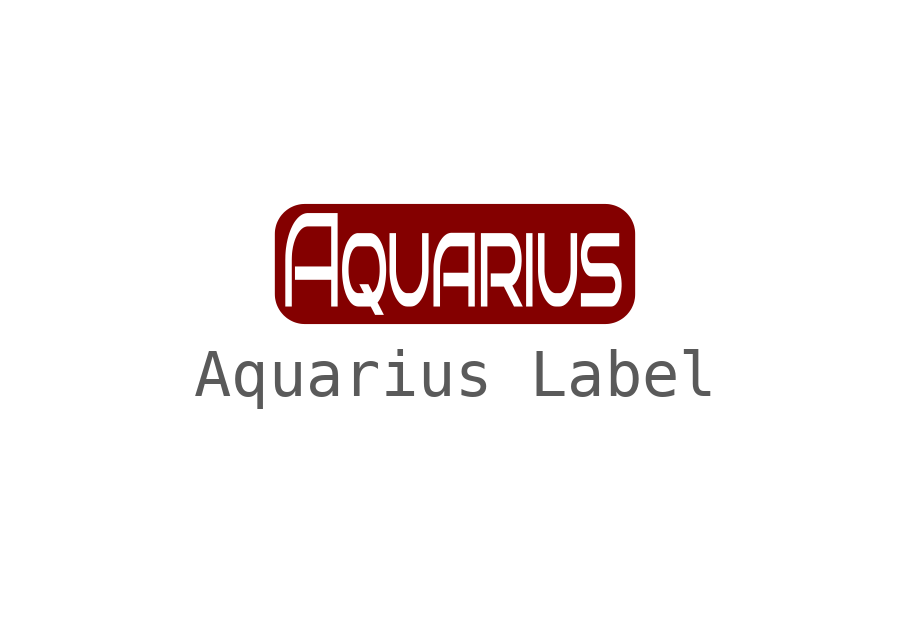
<source format=kicad_sym>
(kicad_symbol_lib
  (version 20231120)
  (generator "kicad_symbol_editor")
  (generator_version "8.0")
  (symbol "Aquarius Label"
    (property "Reference" "LAB"
      (at 0 -2.032 0)
      (effects (font (size 1.27 1.27)) (hide yes)))
    (property "ki_locked" ""
      (at 0 0 0)
      (effects (font (size 1.27 1.27))))
    (symbol "Aquarius Label_1_0"
      (polyline (pts (xy -1.778 0.508) (xy -1.77 0.507) (xy -1.762 0.506) (xy -1.755 0.504) (xy -1.747 0.502) (xy -1.74 0.499) (xy -1.733 0.496) (xy -1.726 0.492) (xy -1.719 0.488) (xy -1.712 0.483) (xy -1.706 0.477) (xy -1.699 0.471) (xy -1.693 0.465) (xy -1.687 0.458) (xy -1.681 0.451) (xy -1.675 0.443) (xy -1.669 0.435) (xy -1.664 0.426) (xy -1.658 0.417) (xy -1.653 0.407) (xy -1.648 0.398) (xy -1.643 0.388) (xy -1.638 0.377) (xy -1.634 0.366) (xy -1.629 0.355) (xy -1.625 0.343) (xy -1.621 0.332) (xy -1.618 0.319) (xy -1.614 0.307) (xy -1.61 0.294) (xy -1.607 0.28) (xy -1.604 0.267) (xy -1.598 0.238) (xy -1.593 0.21) (xy -1.589 0.18) (xy -1.586 0.15) (xy -1.583 0.119) (xy -1.581 0.087) (xy -1.58 0.055) (xy -1.58 0.022) (xy -1.58 -0.02) (xy -1.582 -0.06) (xy -1.585 -0.1) (xy -1.59 -0.138) (xy -1.595 -0.175) (xy -1.602 -0.211) (xy -1.61 -0.246) (xy -1.619 -0.279) (xy -1.624 -0.295) (xy -1.629 -0.311) (xy -1.635 -0.326) (xy -1.64 -0.34) (xy -1.647 -0.353) (xy -1.653 -0.365) (xy -1.659 -0.377) (xy -1.666 -0.389) (xy -1.673 -0.399) (xy -1.68 -0.409) (xy -1.688 -0.418) (xy -1.696 -0.426) (xy -1.704 -0.434) (xy -1.712 -0.441) (xy -1.721 -0.447) (xy -1.729 -0.453) (xy -1.814 -0.281) (xy -2.003 -0.281) (xy -1.907 -0.467) (xy -2.021 -0.467) (xy -2.029 -0.467) (xy -2.037 -0.466) (xy -2.044 -0.464) (xy -2.052 -0.463) (xy -2.059 -0.46) (xy -2.067 -0.457) (xy -2.074 -0.454) (xy -2.081 -0.45) (xy -2.088 -0.446) (xy -2.094 -0.441) (xy -2.101 -0.435) (xy -2.107 -0.429) (xy -2.114 -0.423) (xy -2.12 -0.416) (xy -2.126 -0.408) (xy -2.132 -0.4) (xy -2.138 -0.392) (xy -2.143 -0.383) (xy -2.148 -0.373) (xy -2.154 -0.364) (xy -2.159 -0.354) (xy -2.164 -0.344) (xy -2.168 -0.333) (xy -2.173 -0.322) (xy -2.177 -0.311) (xy -2.182 -0.299) (xy -2.186 -0.287) (xy -2.189 -0.275) (xy -2.193 -0.262) (xy -2.197 -0.249) (xy -2.2 -0.236) (xy -2.203 -0.222) (xy -2.209 -0.194) (xy -2.214 -0.165) (xy -2.218 -0.136) (xy -2.222 -0.106) (xy -2.225 -0.075) (xy -2.227 -0.043) (xy -2.228 -0.011) (xy -2.228 0.022) (xy -2.228 0.055) (xy -2.227 0.087) (xy -2.225 0.119) (xy -2.222 0.15) (xy -2.218 0.18) (xy -2.214 0.21) (xy -2.209 0.238) (xy -2.203 0.267) (xy -2.197 0.294) (xy -2.189 0.319) (xy -2.186 0.332) (xy -2.182 0.343) (xy -2.177 0.355) (xy -2.173 0.366) (xy -2.168 0.377) (xy -2.164 0.388) (xy -2.159 0.398) (xy -2.154 0.407) (xy -2.148 0.417) (xy -2.143 0.426) (xy -2.138 0.435) (xy -2.132 0.443) (xy -2.126 0.451) (xy -2.12 0.458) (xy -2.114 0.465) (xy -2.107 0.471) (xy -2.101 0.477) (xy -2.094 0.483) (xy -2.088 0.488) (xy -2.081 0.492) (xy -2.074 0.496) (xy -2.067 0.499) (xy -2.059 0.502) (xy -2.052 0.504) (xy -2.044 0.506) (xy -2.037 0.507) (xy -2.029 0.508) (xy -2.021 0.508) (xy -1.786 0.508) (xy -1.778 0.508)) (stroke (width -0.0001) (type solid)) (fill (type outline)))
      (polyline (pts (xy 3.145 1.389) (xy 3.177 1.387) (xy 3.208 1.383) (xy 3.239 1.377) (xy 3.269 1.37) (xy 3.299 1.362) (xy 3.328 1.352) (xy 3.356 1.341) (xy 3.384 1.328) (xy 3.411 1.315) (xy 3.437 1.3) (xy 3.462 1.283) (xy 3.487 1.266) (xy 3.511 1.247) (xy 3.533 1.228) (xy 3.555 1.207) (xy 3.576 1.185) (xy 3.595 1.163) (xy 3.614 1.139) (xy 3.631 1.115) (xy 3.648 1.089) (xy 3.663 1.063) (xy 3.676 1.036) (xy 3.689 1.008) (xy 3.7 0.98) (xy 3.71 0.951) (xy 3.719 0.921) (xy 3.725 0.891) (xy 3.731 0.86) (xy 3.735 0.829) (xy 3.737 0.797) (xy 3.738 0.765) (xy 3.738 -0.485) (xy 3.737 -0.517) (xy 3.735 -0.549) (xy 3.731 -0.58) (xy 3.725 -0.611) (xy 3.719 -0.641) (xy 3.71 -0.671) (xy 3.7 -0.7) (xy 3.689 -0.728) (xy 3.676 -0.756) (xy 3.663 -0.783) (xy 3.648 -0.809) (xy 3.631 -0.834) (xy 3.614 -0.859) (xy 3.595 -0.882) (xy 3.576 -0.905) (xy 3.555 -0.927) (xy 3.533 -0.947) (xy 3.511 -0.967) (xy 3.487 -0.986) (xy 3.462 -1.003) (xy 3.437 -1.019) (xy 3.411 -1.034) (xy 3.384 -1.048) (xy 3.356 -1.061) (xy 3.328 -1.072) (xy 3.299 -1.082) (xy 3.269 -1.09) (xy 3.239 -1.097) (xy 3.208 -1.103) (xy 3.177 -1.107) (xy 3.145 -1.109) (xy 3.113 -1.11) (xy -3.137 -1.11) (xy -3.169 -1.109) (xy -3.201 -1.107) (xy -3.232 -1.103) (xy -3.263 -1.097) (xy -3.293 -1.09) (xy -3.323 -1.082) (xy -3.352 -1.072) (xy -3.38 -1.061) (xy -3.408 -1.048) (xy -3.435 -1.034) (xy -3.461 -1.019) (xy -3.486 -1.003) (xy -3.511 -0.986) (xy -3.534 -0.967) (xy -3.557 -0.947) (xy -3.579 -0.927) (xy -3.599 -0.905) (xy -3.619 -0.882) (xy -3.638 -0.859) (xy -3.655 -0.834) (xy -3.671 -0.809) (xy -3.686 -0.783) (xy -3.7 -0.756) (xy -3.713 -0.728) (xy -3.724 -0.7) (xy -3.734 -0.671) (xy -3.742 -0.641) (xy -3.749 -0.611) (xy -3.755 -0.58) (xy -3.759 -0.549) (xy -3.761 -0.517) (xy -3.762 -0.485) (xy -3.762 0.228) (xy -3.544 0.228) (xy -3.544 -0.745) (xy -3.409 -0.745) (xy -3.409 0.228) (xy -3.408 0.275) (xy -3.406 0.322) (xy -3.403 0.367) (xy -3.398 0.411) (xy -3.391 0.454) (xy -3.384 0.496) (xy -3.374 0.538) (xy -3.364 0.578) (xy -3.358 0.597) (xy -3.352 0.616) (xy -3.346 0.635) (xy -3.339 0.653) (xy -3.333 0.67) (xy -3.325 0.687) (xy -3.318 0.704) (xy -3.311 0.72) (xy -3.303 0.735) (xy -3.295 0.75) (xy -3.287 0.764) (xy -3.278 0.778) (xy -3.269 0.792) (xy -3.26 0.805) (xy -3.251 0.817) (xy -3.242 0.829) (xy -3.232 0.84) (xy -3.222 0.851) (xy -3.212 0.861) (xy -3.203 0.87) (xy -3.192 0.878) (xy -3.182 0.886) (xy -3.172 0.893) (xy -3.161 0.899) (xy -3.151 0.904) (xy -3.14 0.909) (xy -3.129 0.913) (xy -3.118 0.916) (xy -3.107 0.919) (xy -3.096 0.921) (xy -3.085 0.922) (xy -3.073 0.922) (xy -2.589 0.922) (xy -2.589 0.089) (xy -3.343 0.089) (xy -3.343 -0.189) (xy -2.589 -0.189) (xy -2.589 -0.745) (xy -2.455 -0.745) (xy -2.455 0.022) (xy -2.363 0.022) (xy -2.362 -0.03) (xy -2.36 -0.081) (xy -2.357 -0.131) (xy -2.352 -0.18) (xy -2.346 -0.227) (xy -2.339 -0.274) (xy -2.33 -0.319) (xy -2.321 -0.363) (xy -2.309 -0.405) (xy -2.303 -0.425) (xy -2.297 -0.445) (xy -2.291 -0.464) (xy -2.284 -0.483) (xy -2.277 -0.501) (xy -2.269 -0.519) (xy -2.262 -0.536) (xy -2.254 -0.552) (xy -2.246 -0.569) (xy -2.237 -0.584) (xy -2.228 -0.599) (xy -2.219 -0.613) (xy -2.21 -0.627) (xy -2.2 -0.64) (xy -2.191 -0.653) (xy -2.181 -0.665) (xy -2.171 -0.676) (xy -2.16 -0.686) (xy -2.15 -0.695) (xy -2.139 -0.704) (xy -2.128 -0.712) (xy -2.117 -0.719) (xy -2.105 -0.725) (xy -2.094 -0.73) (xy -2.082 -0.734) (xy -2.07 -0.738) (xy -2.058 -0.741) (xy -2.046 -0.743) (xy -2.033 -0.744) (xy -2.021 -0.745) (xy -1.766 -0.745) (xy -1.675 -0.919) (xy -1.492 -0.919) (xy -1.624 -0.661) (xy -1.614 -0.649) (xy -1.604 -0.636) (xy -1.594 -0.622) (xy -1.585 -0.607) (xy -1.575 -0.592) (xy -1.567 -0.576) (xy -1.558 -0.56) (xy -1.55 -0.543) (xy -1.542 -0.525) (xy -1.534 -0.507) (xy -1.526 -0.487) (xy -1.519 -0.468) (xy -1.512 -0.447) (xy -1.505 -0.426) (xy -1.499 -0.405) (xy -1.493 -0.382) (xy -1.482 -0.336) (xy -1.472 -0.289) (xy -1.464 -0.24) (xy -1.457 -0.19) (xy -1.452 -0.139) (xy -1.448 -0.086) (xy -1.446 -0.033) (xy -1.445 0.019) (xy -1.375 0.019) (xy -1.375 -0.02) (xy -1.373 -0.059) (xy -1.371 -0.096) (xy -1.368 -0.134) (xy -1.364 -0.17) (xy -1.359 -0.206) (xy -1.353 -0.242) (xy -1.346 -0.276) (xy -1.338 -0.31) (xy -1.33 -0.343) (xy -1.321 -0.375) (xy -1.312 -0.406) (xy -1.301 -0.436) (xy -1.29 -0.465) (xy -1.279 -0.493) (xy -1.266 -0.519) (xy -1.26 -0.532) (xy -1.254 -0.545) (xy -1.247 -0.557) (xy -1.24 -0.569) (xy -1.233 -0.581) (xy -1.226 -0.592) (xy -1.219 -0.603) (xy -1.212 -0.614) (xy -1.204 -0.624) (xy -1.197 -0.634) (xy -1.189 -0.643) (xy -1.181 -0.652) (xy -1.174 -0.661) (xy -1.166 -0.669) (xy -1.157 -0.677) (xy -1.149 -0.685) (xy -1.141 -0.692) (xy -1.132 -0.699) (xy -1.124 -0.705) (xy -1.115 -0.711) (xy -1.106 -0.716) (xy -1.098 -0.721) (xy -1.089 -0.726) (xy -1.08 -0.73) (xy -1.071 -0.733) (xy -1.062 -0.736) (xy -1.053 -0.739) (xy -1.043 -0.741) (xy -1.034 -0.742) (xy -1.025 -0.744) (xy -1.015 -0.744) (xy -1.006 -0.745) (xy -0.931 -0.745) (xy -0.922 -0.744) (xy -0.912 -0.744) (xy -0.903 -0.742) (xy -0.894 -0.741) (xy -0.884 -0.739) (xy -0.875 -0.736) (xy -0.866 -0.733) (xy -0.857 -0.73) (xy -0.848 -0.726) (xy -0.839 -0.721) (xy -0.831 -0.716) (xy -0.822 -0.711) (xy -0.813 -0.705) (xy -0.805 -0.699) (xy -0.796 -0.692) (xy -0.788 -0.685) (xy -0.78 -0.677) (xy -0.771 -0.669) (xy -0.763 -0.661) (xy -0.755 -0.652) (xy -0.748 -0.643) (xy -0.74 -0.634) (xy -0.733 -0.624) (xy -0.725 -0.614) (xy -0.718 -0.604) (xy -0.711 -0.593) (xy -0.704 -0.582) (xy -0.697 -0.57) (xy -0.69 -0.558) (xy -0.683 -0.546) (xy -0.677 -0.534) (xy -0.671 -0.521) (xy -0.658 -0.494) (xy -0.647 -0.467) (xy -0.636 -0.438) (xy -0.625 -0.408) (xy -0.616 -0.377) (xy -0.607 -0.345) (xy -0.599 -0.312) (xy -0.591 -0.278) (xy -0.584 -0.243) (xy -0.578 -0.207) (xy -0.573 -0.171) (xy -0.569 -0.134) (xy -0.566 -0.097) (xy -0.564 -0.059) (xy -0.562 -0.02) (xy -0.562 0.019) (xy -0.46 0.019) (xy -0.46 -0.745) (xy -0.324 -0.745) (xy -0.324 0.019) (xy -0.323 0.053) (xy -0.322 0.086) (xy -0.319 0.118) (xy -0.315 0.149) (xy -0.311 0.179) (xy -0.305 0.209) (xy -0.299 0.237) (xy -0.291 0.265) (xy -0.283 0.292) (xy -0.278 0.305) (xy -0.274 0.317) (xy -0.269 0.33) (xy -0.264 0.341) (xy -0.259 0.353) (xy -0.253 0.364) (xy -0.248 0.375) (xy -0.242 0.386) (xy -0.236 0.396) (xy -0.231 0.406) (xy -0.224 0.415) (xy -0.218 0.424) (xy -0.211 0.433) (xy -0.205 0.442) (xy -0.198 0.45) (xy -0.191 0.457) (xy -0.184 0.464) (xy -0.177 0.471) (xy -0.17 0.477) (xy -0.163 0.482) (xy -0.155 0.487) (xy -0.148 0.492) (xy -0.14 0.495) (xy -0.133 0.499) (xy -0.125 0.502) (xy -0.117 0.504) (xy -0.109 0.506) (xy -0.101 0.507) (xy -0.093 0.508) (xy -0.085 0.508) (xy 0.266 0.508) (xy 0.266 -0.042) (xy -0.253 -0.042) (xy -0.253 -0.325) (xy 0.266 -0.325) (xy 0.266 -0.745) (xy 0.4 -0.745) (xy 0.527 -0.745) (xy 0.662 -0.745) (xy 0.662 0.508) (xy 1.105 0.508) (xy 1.109 0.508) (xy 1.112 0.508) (xy 1.116 0.508) (xy 1.119 0.507) (xy 1.123 0.506) (xy 1.126 0.505) (xy 1.129 0.504) (xy 1.133 0.503) (xy 1.136 0.502) (xy 1.139 0.5) (xy 1.142 0.499) (xy 1.145 0.497) (xy 1.149 0.495) (xy 1.152 0.493) (xy 1.155 0.49) (xy 1.158 0.488) (xy 1.161 0.485) (xy 1.164 0.482) (xy 1.17 0.476) (xy 1.175 0.469) (xy 1.181 0.462) (xy 1.186 0.454) (xy 1.192 0.446) (xy 1.197 0.436) (xy 1.202 0.426) (xy 1.207 0.416) (xy 1.211 0.405) (xy 1.215 0.394) (xy 1.219 0.383) (xy 1.223 0.372) (xy 1.226 0.36) (xy 1.229 0.348) (xy 1.232 0.336) (xy 1.234 0.323) (xy 1.236 0.31) (xy 1.238 0.297) (xy 1.239 0.284) (xy 1.24 0.27) (xy 1.241 0.256) (xy 1.241 0.242) (xy 1.242 0.228) (xy 1.241 0.214) (xy 1.241 0.2) (xy 1.24 0.186) (xy 1.239 0.173) (xy 1.238 0.159) (xy 1.236 0.146) (xy 1.234 0.134) (xy 1.232 0.121) (xy 1.229 0.109) (xy 1.226 0.097) (xy 1.223 0.085) (xy 1.219 0.073) (xy 1.215 0.062) (xy 1.211 0.051) (xy 1.207 0.04) (xy 1.202 0.029) (xy 1.197 0.019) (xy 1.192 0.009) (xy 1.186 0.0003) (xy 1.181 -0.008) (xy 1.175 -0.016) (xy 1.17 -0.023) (xy 1.164 -0.029) (xy 1.158 -0.035) (xy 1.152 -0.039) (xy 1.145 -0.044) (xy 1.139 -0.047) (xy 1.133 -0.05) (xy 1.126 -0.053) (xy 1.119 -0.054) (xy 1.112 -0.055) (xy 1.105 -0.056) (xy 0.732 -0.056) (xy 0.732 -0.331) (xy 1.006 -0.331) (xy 1.216 -0.745) (xy 1.399 -0.745) (xy 1.468 -0.745) (xy 1.601 -0.745) (xy 1.601 0.019) (xy 1.716 0.019) (xy 1.716 -0.02) (xy 1.718 -0.059) (xy 1.72 -0.096) (xy 1.723 -0.134) (xy 1.727 -0.17) (xy 1.732 -0.206) (xy 1.738 -0.242) (xy 1.745 -0.276) (xy 1.752 -0.31) (xy 1.761 -0.343) (xy 1.77 -0.375) (xy 1.779 -0.406) (xy 1.79 -0.436) (xy 1.801 -0.465) (xy 1.812 -0.493) (xy 1.825 -0.519) (xy 1.831 -0.532) (xy 1.837 -0.545) (xy 1.844 -0.557) (xy 1.851 -0.569) (xy 1.858 -0.581) (xy 1.865 -0.592) (xy 1.872 -0.603) (xy 1.879 -0.614) (xy 1.887 -0.624) (xy 1.894 -0.634) (xy 1.902 -0.643) (xy 1.909 -0.652) (xy 1.917 -0.661) (xy 1.925 -0.669) (xy 1.933 -0.677) (xy 1.942 -0.685) (xy 1.95 -0.692) (xy 1.959 -0.699) (xy 1.967 -0.705) (xy 1.976 -0.711) (xy 1.984 -0.716) (xy 1.993 -0.721) (xy 2.002 -0.726) (xy 2.011 -0.73) (xy 2.02 -0.733) (xy 2.029 -0.736) (xy 2.038 -0.739) (xy 2.048 -0.741) (xy 2.057 -0.742) (xy 2.066 -0.744) (xy 2.076 -0.744) (xy 2.085 -0.745) (xy 2.159 -0.745) (xy 2.169 -0.744) (xy 2.179 -0.744) (xy 2.188 -0.742) (xy 2.197 -0.741) (xy 2.207 -0.739) (xy 2.216 -0.736) (xy 2.225 -0.733) (xy 2.234 -0.73) (xy 2.243 -0.726) (xy 2.252 -0.721) (xy 2.26 -0.716) (xy 2.269 -0.711) (xy 2.278 -0.705) (xy 2.286 -0.699) (xy 2.295 -0.692) (xy 2.303 -0.685) (xy 2.311 -0.677) (xy 2.32 -0.669) (xy 2.328 -0.661) (xy 2.335 -0.652) (xy 2.343 -0.643) (xy 2.351 -0.634) (xy 2.358 -0.624) (xy 2.366 -0.614) (xy 2.373 -0.604) (xy 2.38 -0.593) (xy 2.387 -0.582) (xy 2.394 -0.57) (xy 2.401 -0.558) (xy 2.407 -0.546) (xy 2.414 -0.534) (xy 2.42 -0.521) (xy 2.433 -0.494) (xy 2.444 -0.467) (xy 2.455 -0.438) (xy 2.465 -0.408) (xy 2.475 -0.377) (xy 2.484 -0.345) (xy 2.492 -0.312) (xy 2.5 -0.278) (xy 2.507 -0.243) (xy 2.513 -0.207) (xy 2.518 -0.171) (xy 2.522 -0.134) (xy 2.525 -0.097) (xy 2.527 -0.059) (xy 2.528 -0.02) (xy 2.529 0.019) (xy 2.529 0.333) (xy 2.608 0.333) (xy 2.609 0.302) (xy 2.61 0.272) (xy 2.612 0.243) (xy 2.616 0.214) (xy 2.62 0.186) (xy 2.625 0.158) (xy 2.631 0.132) (xy 2.638 0.105) (xy 2.646 0.08) (xy 2.65 0.068) (xy 2.654 0.057) (xy 2.658 0.045) (xy 2.663 0.034) (xy 2.668 0.024) (xy 2.672 0.013) (xy 2.678 0.003) (xy 2.683 -0.007) (xy 2.688 -0.016) (xy 2.693 -0.025) (xy 2.699 -0.034) (xy 2.705 -0.043) (xy 2.711 -0.051) (xy 2.717 -0.058) (xy 2.723 -0.066) (xy 2.729 -0.073) (xy 2.736 -0.079) (xy 2.742 -0.085) (xy 2.749 -0.091) (xy 2.755 -0.096) (xy 2.762 -0.1) (xy 2.769 -0.104) (xy 2.775 -0.108) (xy 2.782 -0.111) (xy 2.789 -0.114) (xy 2.796 -0.116) (xy 2.804 -0.117) (xy 2.811 -0.119) (xy 2.818 -0.119) (xy 2.825 -0.119) (xy 3.238 -0.119) (xy 3.24 -0.12) (xy 3.242 -0.12) (xy 3.244 -0.12) (xy 3.246 -0.12) (xy 3.248 -0.121) (xy 3.251 -0.121) (xy 3.253 -0.122) (xy 3.255 -0.123) (xy 3.257 -0.124) (xy 3.259 -0.125) (xy 3.261 -0.126) (xy 3.263 -0.127) (xy 3.265 -0.128) (xy 3.267 -0.129) (xy 3.268 -0.131) (xy 3.27 -0.132) (xy 3.272 -0.134) (xy 3.274 -0.136) (xy 3.278 -0.14) (xy 3.281 -0.144) (xy 3.285 -0.148) (xy 3.288 -0.153) (xy 3.291 -0.159) (xy 3.295 -0.165) (xy 3.298 -0.171) (xy 3.301 -0.177) (xy 3.304 -0.184) (xy 3.306 -0.191) (xy 3.309 -0.198) (xy 3.311 -0.205) (xy 3.313 -0.212) (xy 3.315 -0.22) (xy 3.317 -0.228) (xy 3.318 -0.235) (xy 3.319 -0.243) (xy 3.32 -0.252) (xy 3.321 -0.26) (xy 3.322 -0.268) (xy 3.322 -0.277) (xy 3.323 -0.286) (xy 3.323 -0.294) (xy 3.323 -0.303) (xy 3.322 -0.312) (xy 3.322 -0.321) (xy 3.321 -0.329) (xy 3.32 -0.338) (xy 3.319 -0.346) (xy 3.318 -0.353) (xy 3.317 -0.361) (xy 3.315 -0.369) (xy 3.313 -0.376) (xy 3.311 -0.383) (xy 3.309 -0.39) (xy 3.306 -0.397) (xy 3.304 -0.404) (xy 3.301 -0.41) (xy 3.298 -0.417) (xy 3.295 -0.423) (xy 3.291 -0.428) (xy 3.288 -0.434) (xy 3.285 -0.439) (xy 3.281 -0.443) (xy 3.278 -0.447) (xy 3.274 -0.451) (xy 3.27 -0.454) (xy 3.267 -0.457) (xy 3.263 -0.46) (xy 3.259 -0.462) (xy 3.255 -0.464) (xy 3.251 -0.465) (xy 3.246 -0.466) (xy 3.242 -0.467) (xy 3.238 -0.467) (xy 2.608 -0.467) (xy 2.608 -0.745) (xy 3.238 -0.745) (xy 3.245 -0.744) (xy 3.253 -0.744) (xy 3.26 -0.742) (xy 3.268 -0.741) (xy 3.275 -0.739) (xy 3.282 -0.736) (xy 3.289 -0.733) (xy 3.296 -0.729) (xy 3.303 -0.725) (xy 3.309 -0.721) (xy 3.316 -0.716) (xy 3.323 -0.71) (xy 3.329 -0.704) (xy 3.336 -0.698) (xy 3.342 -0.691) (xy 3.348 -0.683) (xy 3.354 -0.676) (xy 3.361 -0.667) (xy 3.366 -0.659) (xy 3.372 -0.65) (xy 3.377 -0.641) (xy 3.383 -0.632) (xy 3.388 -0.622) (xy 3.393 -0.612) (xy 3.398 -0.602) (xy 3.403 -0.591) (xy 3.407 -0.58) (xy 3.411 -0.569) (xy 3.416 -0.557) (xy 3.42 -0.546) (xy 3.424 -0.533) (xy 3.427 -0.521) (xy 3.434 -0.495) (xy 3.44 -0.469) (xy 3.445 -0.442) (xy 3.449 -0.414) (xy 3.452 -0.385) (xy 3.454 -0.355) (xy 3.456 -0.325) (xy 3.456 -0.294) (xy 3.456 -0.264) (xy 3.454 -0.233) (xy 3.452 -0.204) (xy 3.449 -0.175) (xy 3.445 -0.147) (xy 3.44 -0.119) (xy 3.434 -0.093) (xy 3.427 -0.067) (xy 3.424 -0.054) (xy 3.42 -0.042) (xy 3.416 -0.03) (xy 3.411 -0.018) (xy 3.407 -0.007) (xy 3.403 0.004) (xy 3.398 0.015) (xy 3.393 0.026) (xy 3.388 0.036) (xy 3.383 0.045) (xy 3.377 0.055) (xy 3.372 0.064) (xy 3.366 0.073) (xy 3.361 0.081) (xy 3.354 0.089) (xy 3.348 0.097) (xy 3.342 0.104) (xy 3.336 0.111) (xy 3.329 0.118) (xy 3.323 0.124) (xy 3.316 0.129) (xy 3.309 0.134) (xy 3.303 0.139) (xy 3.296 0.143) (xy 3.289 0.146) (xy 3.282 0.15) (xy 3.275 0.152) (xy 3.268 0.154) (xy 3.26 0.156) (xy 3.253 0.157) (xy 3.245 0.158) (xy 3.238 0.158) (xy 2.825 0.158) (xy 2.823 0.158) (xy 2.821 0.159) (xy 2.819 0.159) (xy 2.817 0.159) (xy 2.815 0.16) (xy 2.813 0.16) (xy 2.811 0.161) (xy 2.809 0.162) (xy 2.807 0.162) (xy 2.805 0.163) (xy 2.803 0.164) (xy 2.801 0.166) (xy 2.8 0.167) (xy 2.798 0.168) (xy 2.796 0.17) (xy 2.794 0.171) (xy 2.792 0.173) (xy 2.79 0.174) (xy 2.787 0.178) (xy 2.783 0.182) (xy 2.78 0.187) (xy 2.776 0.192) (xy 2.773 0.198) (xy 2.77 0.203) (xy 2.767 0.21) (xy 2.764 0.216) (xy 2.761 0.223) (xy 2.758 0.23) (xy 2.756 0.237) (xy 2.754 0.244) (xy 2.752 0.251) (xy 2.75 0.259) (xy 2.748 0.266) (xy 2.747 0.274) (xy 2.745 0.282) (xy 2.744 0.29) (xy 2.743 0.298) (xy 2.743 0.307) (xy 2.742 0.316) (xy 2.742 0.324) (xy 2.742 0.333) (xy 2.742 0.342) (xy 2.742 0.351) (xy 2.743 0.359) (xy 2.743 0.368) (xy 2.744 0.376) (xy 2.745 0.384) (xy 2.747 0.392) (xy 2.748 0.4) (xy 2.75 0.408) (xy 2.752 0.415) (xy 2.754 0.423) (xy 2.756 0.43) (xy 2.758 0.437) (xy 2.761 0.444) (xy 2.764 0.45) (xy 2.767 0.457) (xy 2.77 0.463) (xy 2.773 0.469) (xy 2.776 0.474) (xy 2.78 0.479) (xy 2.783 0.484) (xy 2.787 0.488) (xy 2.79 0.492) (xy 2.794 0.495) (xy 2.798 0.498) (xy 2.801 0.501) (xy 2.805 0.503) (xy 2.809 0.505) (xy 2.813 0.506) (xy 2.817 0.507) (xy 2.821 0.508) (xy 2.825 0.508) (xy 3.406 0.508) (xy 3.406 0.783) (xy 2.825 0.783) (xy 2.818 0.783) (xy 2.811 0.782) (xy 2.804 0.781) (xy 2.796 0.779) (xy 2.789 0.777) (xy 2.782 0.775) (xy 2.775 0.771) (xy 2.769 0.768) (xy 2.762 0.764) (xy 2.755 0.759) (xy 2.749 0.754) (xy 2.742 0.749) (xy 2.736 0.743) (xy 2.729 0.736) (xy 2.723 0.73) (xy 2.717 0.722) (xy 2.711 0.714) (xy 2.705 0.706) (xy 2.699 0.698) (xy 2.693 0.689) (xy 2.688 0.68) (xy 2.683 0.67) (xy 2.678 0.661) (xy 2.672 0.65) (xy 2.668 0.64) (xy 2.663 0.629) (xy 2.658 0.618) (xy 2.654 0.607) (xy 2.65 0.595) (xy 2.646 0.583) (xy 2.642 0.571) (xy 2.638 0.558) (xy 2.631 0.532) (xy 2.625 0.506) (xy 2.62 0.478) (xy 2.616 0.451) (xy 2.612 0.422) (xy 2.61 0.393) (xy 2.609 0.363) (xy 2.608 0.333) (xy 2.529 0.333) (xy 2.529 0.783) (xy 2.394 0.783) (xy 2.394 0.019) (xy 2.393 -0.014) (xy 2.392 -0.046) (xy 2.39 -0.077) (xy 2.386 -0.108) (xy 2.382 -0.139) (xy 2.376 -0.168) (xy 2.37 -0.197) (xy 2.362 -0.225) (xy 2.354 -0.252) (xy 2.35 -0.265) (xy 2.345 -0.278) (xy 2.341 -0.29) (xy 2.336 -0.302) (xy 2.331 -0.314) (xy 2.325 -0.325) (xy 2.32 -0.336) (xy 2.315 -0.346) (xy 2.309 -0.356) (xy 2.303 -0.366) (xy 2.297 -0.375) (xy 2.291 -0.385) (xy 2.285 -0.393) (xy 2.278 -0.402) (xy 2.272 -0.409) (xy 2.265 -0.417) (xy 2.258 -0.424) (xy 2.251 -0.43) (xy 2.244 -0.436) (xy 2.237 -0.441) (xy 2.229 -0.446) (xy 2.222 -0.45) (xy 2.215 -0.454) (xy 2.207 -0.458) (xy 2.199 -0.46) (xy 2.192 -0.463) (xy 2.184 -0.464) (xy 2.176 -0.466) (xy 2.168 -0.467) (xy 2.159 -0.467) (xy 2.085 -0.467) (xy 2.077 -0.467) (xy 2.069 -0.466) (xy 2.062 -0.464) (xy 2.054 -0.463) (xy 2.046 -0.46) (xy 2.038 -0.458) (xy 2.031 -0.454) (xy 2.023 -0.45) (xy 2.016 -0.446) (xy 2.009 -0.441) (xy 2.002 -0.436) (xy 1.995 -0.43) (xy 1.988 -0.424) (xy 1.981 -0.417) (xy 1.974 -0.409) (xy 1.967 -0.402) (xy 1.961 -0.393) (xy 1.954 -0.385) (xy 1.948 -0.375) (xy 1.942 -0.366) (xy 1.936 -0.356) (xy 1.931 -0.346) (xy 1.925 -0.336) (xy 1.919 -0.325) (xy 1.914 -0.314) (xy 1.909 -0.302) (xy 1.904 -0.29) (xy 1.9 -0.278) (xy 1.895 -0.265) (xy 1.891 -0.252) (xy 1.887 -0.239) (xy 1.883 -0.225) (xy 1.875 -0.197) (xy 1.869 -0.168) (xy 1.863 -0.139) (xy 1.859 -0.108) (xy 1.855 -0.077) (xy 1.853 -0.046) (xy 1.851 -0.014) (xy 1.851 0.019) (xy 1.851 0.783) (xy 1.716 0.783) (xy 1.716 0.019) (xy 1.601 0.019) (xy 1.601 0.783) (xy 1.468 0.783) (xy 1.468 -0.745) (xy 1.399 -0.745) (xy 1.181 -0.308) (xy 1.188 -0.304) (xy 1.195 -0.299) (xy 1.202 -0.294) (xy 1.208 -0.289) (xy 1.215 -0.283) (xy 1.222 -0.277) (xy 1.228 -0.271) (xy 1.234 -0.264) (xy 1.24 -0.256) (xy 1.247 -0.249) (xy 1.253 -0.241) (xy 1.259 -0.233) (xy 1.264 -0.224) (xy 1.27 -0.215) (xy 1.276 -0.206) (xy 1.281 -0.196) (xy 1.287 -0.186) (xy 1.292 -0.176) (xy 1.297 -0.165) (xy 1.302 -0.154) (xy 1.311 -0.132) (xy 1.32 -0.109) (xy 1.329 -0.085) (xy 1.336 -0.06) (xy 1.343 -0.034) (xy 1.35 -0.007) (xy 1.356 0.021) (xy 1.361 0.049) (xy 1.365 0.077) (xy 1.369 0.106) (xy 1.371 0.136) (xy 1.373 0.166) (xy 1.375 0.197) (xy 1.375 0.228) (xy 1.374 0.266) (xy 1.373 0.302) (xy 1.37 0.339) (xy 1.366 0.374) (xy 1.361 0.408) (xy 1.355 0.442) (xy 1.347 0.475) (xy 1.339 0.507) (xy 1.329 0.538) (xy 1.324 0.552) (xy 1.319 0.567) (xy 1.313 0.581) (xy 1.308 0.594) (xy 1.302 0.608) (xy 1.296 0.62) (xy 1.29 0.633) (xy 1.284 0.645) (xy 1.277 0.656) (xy 1.27 0.667) (xy 1.263 0.678) (xy 1.256 0.689) (xy 1.249 0.699) (xy 1.242 0.708) (xy 1.234 0.717) (xy 1.226 0.726) (xy 1.218 0.734) (xy 1.21 0.741) (xy 1.202 0.748) (xy 1.194 0.754) (xy 1.186 0.759) (xy 1.177 0.764) (xy 1.169 0.769) (xy 1.16 0.773) (xy 1.151 0.776) (xy 1.142 0.779) (xy 1.133 0.781) (xy 1.124 0.782) (xy 1.115 0.783) (xy 1.105 0.783) (xy 0.527 0.783) (xy 0.527 -0.745) (xy 0.4 -0.745) (xy 0.4 0.789) (xy -0.085 0.789) (xy -0.095 0.789) (xy -0.104 0.788) (xy -0.113 0.787) (xy -0.123 0.785) (xy -0.132 0.783) (xy -0.141 0.78) (xy -0.15 0.777) (xy -0.16 0.774) (xy -0.169 0.77) (xy -0.177 0.765) (xy -0.186 0.761) (xy -0.195 0.755) (xy -0.204 0.749) (xy -0.213 0.743) (xy -0.221 0.736) (xy -0.23 0.729) (xy -0.238 0.722) (xy -0.246 0.714) (xy -0.255 0.705) (xy -0.263 0.696) (xy -0.271 0.687) (xy -0.279 0.678) (xy -0.286 0.668) (xy -0.294 0.658) (xy -0.301 0.647) (xy -0.309 0.636) (xy -0.316 0.625) (xy -0.323 0.614) (xy -0.33 0.602) (xy -0.337 0.589) (xy -0.343 0.577) (xy -0.35 0.564) (xy -0.362 0.537) (xy -0.374 0.509) (xy -0.385 0.48) (xy -0.396 0.45) (xy -0.406 0.418) (xy -0.415 0.386) (xy -0.423 0.352) (xy -0.431 0.318) (xy -0.437 0.283) (xy -0.443 0.247) (xy -0.448 0.21) (xy -0.452 0.173) (xy -0.456 0.136) (xy -0.458 0.097) (xy -0.459 0.059) (xy -0.46 0.019) (xy -0.562 0.019) (xy -0.562 0.783) (xy -0.697 0.783) (xy -0.697 0.019) (xy -0.697 -0.014) (xy -0.699 -0.046) (xy -0.701 -0.077) (xy -0.705 -0.108) (xy -0.709 -0.139) (xy -0.715 -0.168) (xy -0.721 -0.197) (xy -0.729 -0.225) (xy -0.737 -0.252) (xy -0.741 -0.265) (xy -0.746 -0.278) (xy -0.75 -0.29) (xy -0.755 -0.302) (xy -0.76 -0.314) (xy -0.765 -0.325) (xy -0.771 -0.336) (xy -0.776 -0.346) (xy -0.782 -0.356) (xy -0.788 -0.366) (xy -0.794 -0.375) (xy -0.8 -0.385) (xy -0.806 -0.393) (xy -0.813 -0.402) (xy -0.819 -0.409) (xy -0.826 -0.417) (xy -0.833 -0.424) (xy -0.84 -0.43) (xy -0.847 -0.436) (xy -0.854 -0.441) (xy -0.861 -0.446) (xy -0.869 -0.45) (xy -0.876 -0.454) (xy -0.884 -0.458) (xy -0.891 -0.46) (xy -0.899 -0.463) (xy -0.907 -0.464) (xy -0.915 -0.466) (xy -0.923 -0.467) (xy -0.931 -0.467) (xy -1.006 -0.467) (xy -1.014 -0.467) (xy -1.022 -0.466) (xy -1.029 -0.464) (xy -1.037 -0.463) (xy -1.045 -0.46) (xy -1.052 -0.458) (xy -1.06 -0.454) (xy -1.067 -0.45) (xy -1.075 -0.446) (xy -1.082 -0.441) (xy -1.089 -0.436) (xy -1.096 -0.43) (xy -1.103 -0.424) (xy -1.11 -0.417) (xy -1.117 -0.409) (xy -1.123 -0.402) (xy -1.13 -0.393) (xy -1.137 -0.385) (xy -1.143 -0.375) (xy -1.149 -0.366) (xy -1.155 -0.356) (xy -1.16 -0.346) (xy -1.166 -0.336) (xy -1.171 -0.325) (xy -1.177 -0.314) (xy -1.182 -0.302) (xy -1.187 -0.29) (xy -1.191 -0.278) (xy -1.196 -0.265) (xy -1.2 -0.252) (xy -1.204 -0.239) (xy -1.208 -0.225) (xy -1.216 -0.197) (xy -1.222 -0.168) (xy -1.228 -0.139) (xy -1.232 -0.108) (xy -1.236 -0.077) (xy -1.238 -0.046) (xy -1.24 -0.014) (xy -1.24 0.019) (xy -1.24 0.783) (xy -1.375 0.783) (xy -1.375 0.019) (xy -1.445 0.019) (xy -1.445 0.022) (xy -1.446 0.074) (xy -1.448 0.125) (xy -1.451 0.175) (xy -1.456 0.224) (xy -1.462 0.271) (xy -1.469 0.317) (xy -1.478 0.362) (xy -1.487 0.405) (xy -1.499 0.447) (xy -1.505 0.468) (xy -1.511 0.487) (xy -1.517 0.506) (xy -1.524 0.525) (xy -1.531 0.543) (xy -1.538 0.56) (xy -1.546 0.577) (xy -1.554 0.594) (xy -1.562 0.609) (xy -1.571 0.625) (xy -1.579 0.639) (xy -1.588 0.654) (xy -1.597 0.667) (xy -1.607 0.68) (xy -1.617 0.693) (xy -1.626 0.705) (xy -1.637 0.715) (xy -1.647 0.725) (xy -1.657 0.735) (xy -1.668 0.743) (xy -1.679 0.751) (xy -1.69 0.757) (xy -1.701 0.764) (xy -1.713 0.769) (xy -1.724 0.773) (xy -1.736 0.777) (xy -1.748 0.78) (xy -1.761 0.782) (xy -1.773 0.783) (xy -1.786 0.783) (xy -2.021 0.783) (xy -2.033 0.783) (xy -2.046 0.782) (xy -2.058 0.78) (xy -2.07 0.777) (xy -2.082 0.773) (xy -2.094 0.769) (xy -2.105 0.764) (xy -2.117 0.757) (xy -2.128 0.751) (xy -2.139 0.743) (xy -2.15 0.735) (xy -2.16 0.725) (xy -2.171 0.715) (xy -2.181 0.705) (xy -2.191 0.693) (xy -2.2 0.68) (xy -2.21 0.667) (xy -2.219 0.654) (xy -2.228 0.639) (xy -2.237 0.625) (xy -2.246 0.609) (xy -2.254 0.594) (xy -2.262 0.577) (xy -2.269 0.56) (xy -2.277 0.543) (xy -2.284 0.525) (xy -2.291 0.506) (xy -2.297 0.487) (xy -2.303 0.468) (xy -2.309 0.447) (xy -2.315 0.427) (xy -2.321 0.405) (xy -2.33 0.362) (xy -2.339 0.317) (xy -2.346 0.271) (xy -2.352 0.224) (xy -2.357 0.175) (xy -2.36 0.125) (xy -2.362 0.074) (xy -2.363 0.022) (xy -2.455 0.022) (xy -2.455 1.2) (xy -3.073 1.2) (xy -3.085 1.2) (xy -3.097 1.199) (xy -3.109 1.197) (xy -3.121 1.195) (xy -3.133 1.193) (xy -3.144 1.189) (xy -3.156 1.186) (xy -3.167 1.181) (xy -3.179 1.176) (xy -3.19 1.171) (xy -3.201 1.165) (xy -3.212 1.158) (xy -3.224 1.15) (xy -3.234 1.143) (xy -3.245 1.134) (xy -3.256 1.125) (xy -3.267 1.115) (xy -3.277 1.105) (xy -3.287 1.095) (xy -3.297 1.084) (xy -3.307 1.072) (xy -3.317 1.06) (xy -3.327 1.048) (xy -3.336 1.035) (xy -3.346 1.022) (xy -3.355 1.008) (xy -3.364 0.994) (xy -3.373 0.979) (xy -3.381 0.964) (xy -3.39 0.948) (xy -3.398 0.932) (xy -3.406 0.915) (xy -3.422 0.881) (xy -3.437 0.845) (xy -3.451 0.808) (xy -3.464 0.77) (xy -3.476 0.731) (xy -3.487 0.69) (xy -3.498 0.647) (xy -3.507 0.604) (xy -3.516 0.56) (xy -3.523 0.514) (xy -3.53 0.468) (xy -3.535 0.422) (xy -3.539 0.374) (xy -3.542 0.326) (xy -3.543 0.277) (xy -3.544 0.228) (xy -3.762 0.228) (xy -3.762 0.765) (xy -3.761 0.797) (xy -3.759 0.829) (xy -3.755 0.86) (xy -3.749 0.891) (xy -3.742 0.921) (xy -3.734 0.951) (xy -3.724 0.98) (xy -3.713 1.008) (xy -3.7 1.036) (xy -3.686 1.063) (xy -3.671 1.089) (xy -3.655 1.115) (xy -3.638 1.139) (xy -3.619 1.163) (xy -3.599 1.185) (xy -3.579 1.207) (xy -3.557 1.228) (xy -3.534 1.247) (xy -3.511 1.266) (xy -3.486 1.283) (xy -3.461 1.3) (xy -3.435 1.315) (xy -3.408 1.328) (xy -3.38 1.341) (xy -3.352 1.352) (xy -3.323 1.362) (xy -3.293 1.37) (xy -3.263 1.377) (xy -3.232 1.383) (xy -3.201 1.387) (xy -3.169 1.389) (xy -3.137 1.39) (xy 3.113 1.39) (xy 3.145 1.389)) (stroke (width -0.0001) (type solid)) (fill (type outline))))))
</source>
